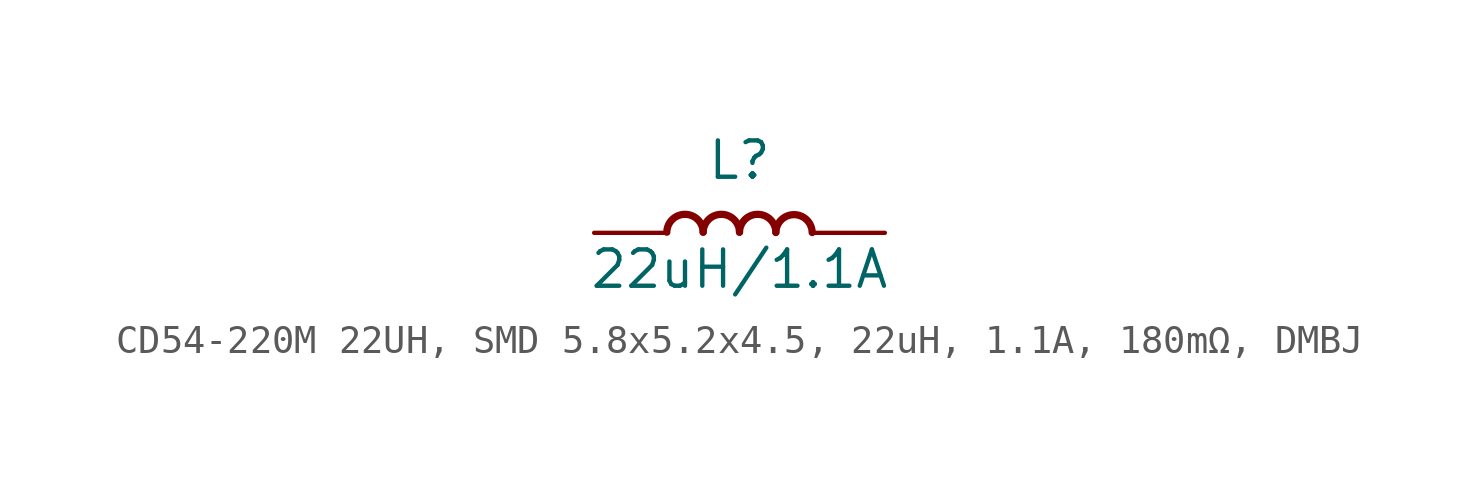
<source format=kicad_sym>
(kicad_symbol_lib
  (version 20241209)
  (generator "kicad_symbol_editor")
  (generator_version "9.0")
  (symbol "CD54-220M 22UH, SMD 5.8x5.2x4.5, 22uH, 1.1A, 180mΩ, DMBJ"
    (pin_numbers
      (hide yes))
    (pin_names
      (offset 0)
      (hide yes))
    (property "Reference" "L"
      (at 0 2.54 0)
      (effects (font (size 1.27 1.27))))
    (property "Value" "22uH/1.1A"
      (at 0 -1.27 0)
      (effects (font (size 1.27 1.27))))
    (symbol "CD54-220M 22UH, SMD 5.8x5.2x4.5, 22uH, 1.1A, 180mΩ, DMBJ_1_1"
      (arc (start -2.54 0.0226) (mid -1.905 0.6464) (end -1.27 0.0226) (stroke (width 0.254) (type default)) (fill (type none)))
      (arc (start -1.27 0.0226) (mid -0.635 0.6464) (end 0 0.0226) (stroke (width 0.254) (type default)) (fill (type none)))
      (arc (start 0 0.0226) (mid 0.635 0.6464) (end 1.27 0.0226) (stroke (width 0.254) (type default)) (fill (type none)))
      (arc (start 1.27 0.0113) (mid 1.905 0.6351) (end 2.54 0.0113) (stroke (width 0.254) (type default)) (fill (type none)))
      (pin passive line (at -5.08 0 0) (length 2.54) (name "1" (effects (font (size 1.27 1.27)))) (number "1" (effects (font (size 1.27 1.27)))))
      (pin passive line (at 5.08 0 180) (length 2.54) (name "2" (effects (font (size 1.27 1.27)))) (number "2" (effects (font (size 1.27 1.27))))))))
</source>
